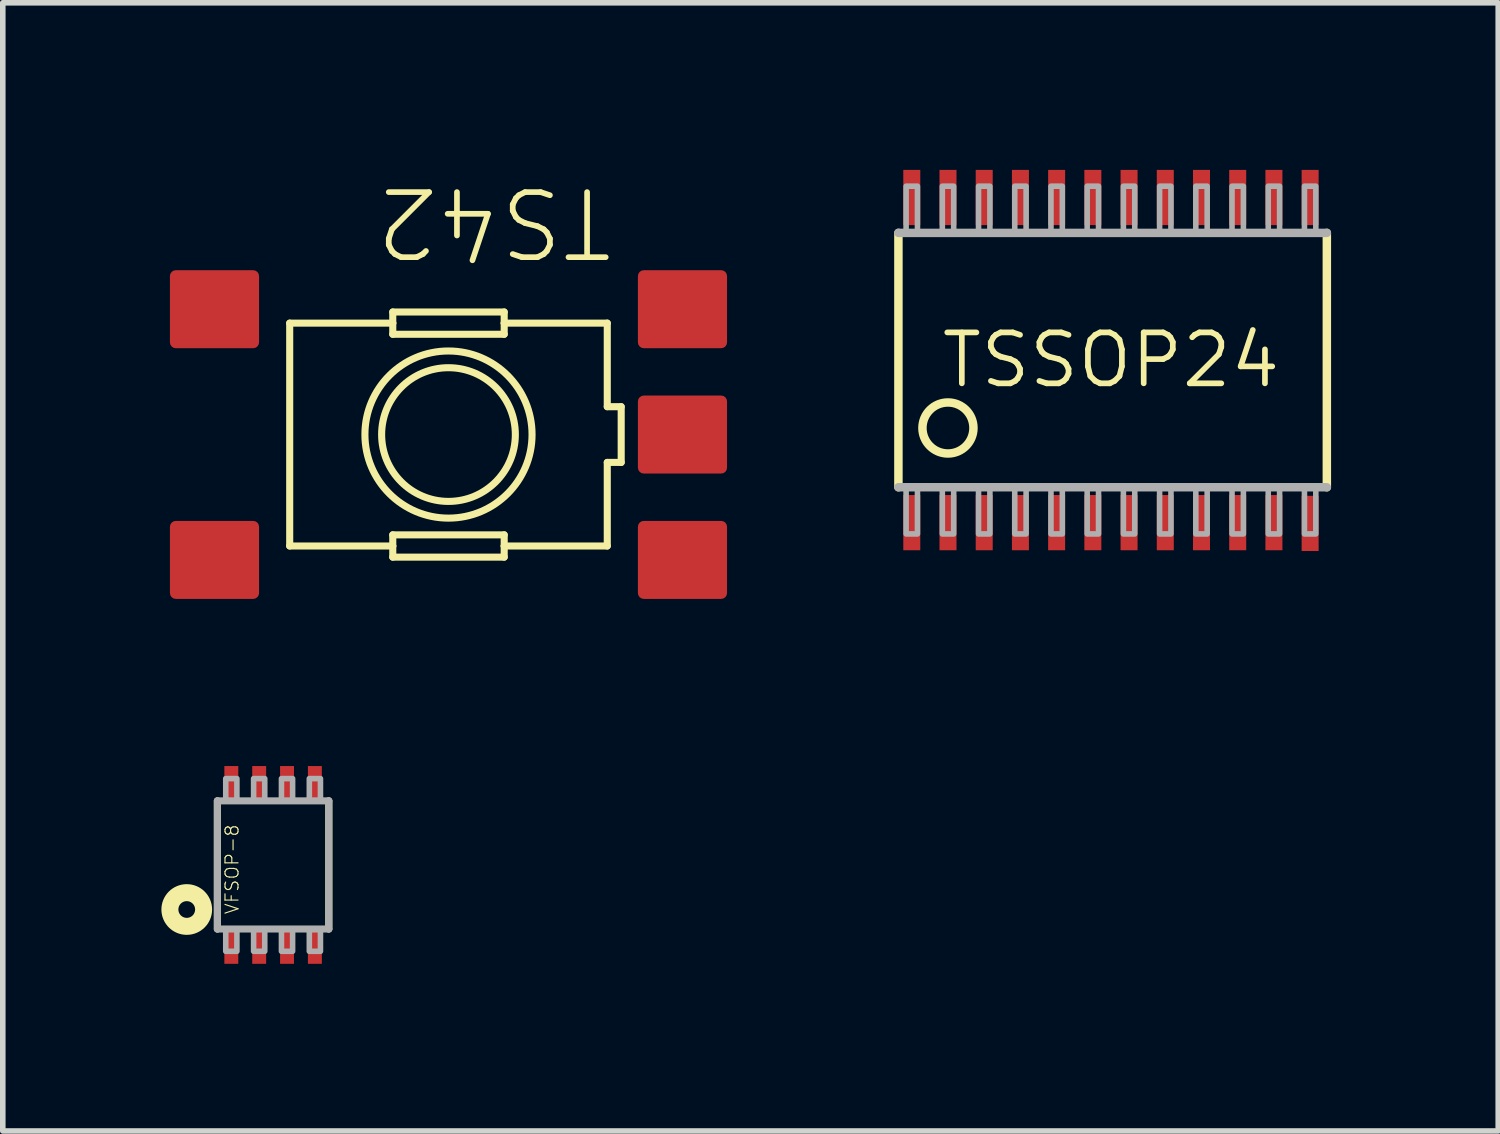
<source format=kicad_pcb>
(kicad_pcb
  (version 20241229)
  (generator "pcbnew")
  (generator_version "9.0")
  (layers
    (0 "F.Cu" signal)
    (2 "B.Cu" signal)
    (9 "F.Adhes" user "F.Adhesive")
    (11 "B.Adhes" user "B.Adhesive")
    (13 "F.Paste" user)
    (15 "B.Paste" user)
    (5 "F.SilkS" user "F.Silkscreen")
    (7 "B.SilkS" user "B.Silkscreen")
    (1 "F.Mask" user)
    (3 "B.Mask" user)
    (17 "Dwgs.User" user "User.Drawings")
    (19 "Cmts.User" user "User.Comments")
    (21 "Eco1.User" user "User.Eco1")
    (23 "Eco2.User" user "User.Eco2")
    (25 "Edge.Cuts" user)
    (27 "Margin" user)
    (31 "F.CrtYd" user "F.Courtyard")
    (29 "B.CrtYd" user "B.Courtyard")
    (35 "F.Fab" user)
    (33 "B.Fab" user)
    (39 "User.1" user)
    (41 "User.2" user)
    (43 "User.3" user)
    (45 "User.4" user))
  (footprint "TSSOP24"
    (layer "F.Cu")
    (at 16.891 3.413)
    (property "Reference" "TSSOP24" (at 0 0 0) (unlocked yes) (layer "F.SilkS") (effects (font (size 0.914 0.914) (thickness 0.102))))
    (fp_line (start -3.815 2.283) (end -3.815 -2.283) (stroke (width 0.152) (type solid)) (layer "F.SilkS"))
    (fp_line (start 3.875 -2.283) (end 3.875 2.283) (stroke (width 0.152) (type solid)) (layer "F.SilkS"))
    (fp_circle (center -2.926 1.219) (end -2.468 1.219) (stroke (width 0.152) (type solid)) (fill no) (layer "F.SilkS"))
    (fp_line (start -3.815 2.283) (end 3.875 2.283) (stroke (width 0.152) (type solid)) (layer "F.Fab"))
    (fp_line (start 3.875 -2.283) (end -3.815 -2.283) (stroke (width 0.152) (type solid)) (layer "F.Fab"))
    (fp_poly (pts (xy -3.677 -2.283) (xy -3.473 -2.283) (xy -3.473 -3.121) (xy -3.677 -3.121)) (stroke (width 0.1) (type default)) (fill no) (layer "F.Fab"))
    (fp_poly (pts (xy -3.677 3.121) (xy -3.473 3.121) (xy -3.473 2.283) (xy -3.677 2.283)) (stroke (width 0.1) (type default)) (fill no) (layer "F.Fab"))
    (fp_poly (pts (xy -3.027 -2.283) (xy -2.823 -2.283) (xy -2.823 -3.121) (xy -3.027 -3.121)) (stroke (width 0.1) (type default)) (fill no) (layer "F.Fab"))
    (fp_poly (pts (xy -3.027 3.121) (xy -2.823 3.121) (xy -2.823 2.283) (xy -3.027 2.283)) (stroke (width 0.1) (type default)) (fill no) (layer "F.Fab"))
    (fp_poly (pts (xy -2.377 -2.283) (xy -2.173 -2.283) (xy -2.173 -3.121) (xy -2.377 -3.121)) (stroke (width 0.1) (type default)) (fill no) (layer "F.Fab"))
    (fp_poly (pts (xy -2.377 3.121) (xy -2.173 3.121) (xy -2.173 2.283) (xy -2.377 2.283)) (stroke (width 0.1) (type default)) (fill no) (layer "F.Fab"))
    (fp_poly (pts (xy -1.727 -2.283) (xy -1.523 -2.283) (xy -1.523 -3.121) (xy -1.727 -3.121)) (stroke (width 0.1) (type default)) (fill no) (layer "F.Fab"))
    (fp_poly (pts (xy -1.727 3.121) (xy -1.523 3.121) (xy -1.523 2.283) (xy -1.727 2.283)) (stroke (width 0.1) (type default)) (fill no) (layer "F.Fab"))
    (fp_poly (pts (xy -1.077 -2.283) (xy -0.873 -2.283) (xy -0.873 -3.121) (xy -1.077 -3.121)) (stroke (width 0.1) (type default)) (fill no) (layer "F.Fab"))
    (fp_poly (pts (xy -1.077 3.121) (xy -0.873 3.121) (xy -0.873 2.283) (xy -1.077 2.283)) (stroke (width 0.1) (type default)) (fill no) (layer "F.Fab"))
    (fp_poly (pts (xy -0.427 -2.283) (xy -0.223 -2.283) (xy -0.223 -3.121) (xy -0.427 -3.121)) (stroke (width 0.1) (type default)) (fill no) (layer "F.Fab"))
    (fp_poly (pts (xy -0.427 3.121) (xy -0.223 3.121) (xy -0.223 2.283) (xy -0.427 2.283)) (stroke (width 0.1) (type default)) (fill no) (layer "F.Fab"))
    (fp_poly (pts (xy 0.223 -2.283) (xy 0.427 -2.283) (xy 0.427 -3.121) (xy 0.223 -3.121)) (stroke (width 0.1) (type default)) (fill no) (layer "F.Fab"))
    (fp_poly (pts (xy 0.223 3.121) (xy 0.427 3.121) (xy 0.427 2.283) (xy 0.223 2.283)) (stroke (width 0.1) (type default)) (fill no) (layer "F.Fab"))
    (fp_poly (pts (xy 0.873 -2.283) (xy 1.077 -2.283) (xy 1.077 -3.121) (xy 0.873 -3.121)) (stroke (width 0.1) (type default)) (fill no) (layer "F.Fab"))
    (fp_poly (pts (xy 0.873 3.121) (xy 1.077 3.121) (xy 1.077 2.283) (xy 0.873 2.283)) (stroke (width 0.1) (type default)) (fill no) (layer "F.Fab"))
    (fp_poly (pts (xy 1.523 -2.283) (xy 1.727 -2.283) (xy 1.727 -3.121) (xy 1.523 -3.121)) (stroke (width 0.1) (type default)) (fill no) (layer "F.Fab"))
    (fp_poly (pts (xy 1.523 3.121) (xy 1.727 3.121) (xy 1.727 2.283) (xy 1.523 2.283)) (stroke (width 0.1) (type default)) (fill no) (layer "F.Fab"))
    (fp_poly (pts (xy 2.173 -2.283) (xy 2.377 -2.283) (xy 2.377 -3.121) (xy 2.173 -3.121)) (stroke (width 0.1) (type default)) (fill no) (layer "F.Fab"))
    (fp_poly (pts (xy 2.173 3.121) (xy 2.377 3.121) (xy 2.377 2.283) (xy 2.173 2.283)) (stroke (width 0.1) (type default)) (fill no) (layer "F.Fab"))
    (fp_poly (pts (xy 2.823 -2.283) (xy 3.027 -2.283) (xy 3.027 -3.121) (xy 2.823 -3.121)) (stroke (width 0.1) (type default)) (fill no) (layer "F.Fab"))
    (fp_poly (pts (xy 2.823 3.121) (xy 3.027 3.121) (xy 3.027 2.283) (xy 2.823 2.283)) (stroke (width 0.1) (type default)) (fill no) (layer "F.Fab"))
    (fp_poly (pts (xy 3.473 -2.283) (xy 3.677 -2.283) (xy 3.677 -3.121) (xy 3.473 -3.121)) (stroke (width 0.1) (type default)) (fill no) (layer "F.Fab"))
    (fp_poly (pts (xy 3.473 3.121) (xy 3.677 3.121) (xy 3.677 2.283) (xy 3.473 2.283)) (stroke (width 0.1) (type default)) (fill no) (layer "F.Fab"))
    (pad "1" smd rect (at -3.575 2.918) (size 0.305 0.991) (layers "F.Cu" "F.Mask" "F.Paste"))
    (pad "2" smd rect (at -2.925 2.918) (size 0.305 0.991) (layers "F.Cu" "F.Mask" "F.Paste"))
    (pad "3" smd rect (at -2.275 2.918) (size 0.305 0.991) (layers "F.Cu" "F.Mask" "F.Paste"))
    (pad "4" smd rect (at -1.625 2.918) (size 0.305 0.991) (layers "F.Cu" "F.Mask" "F.Paste"))
    (pad "5" smd rect (at -0.975 2.918) (size 0.305 0.991) (layers "F.Cu" "F.Mask" "F.Paste"))
    (pad "6" smd rect (at -0.325 2.918) (size 0.305 0.991) (layers "F.Cu" "F.Mask" "F.Paste"))
    (pad "7" smd rect (at 0.325 2.918) (size 0.305 0.991) (layers "F.Cu" "F.Mask" "F.Paste"))
    (pad "8" smd rect (at 0.975 2.918) (size 0.305 0.991) (layers "F.Cu" "F.Mask" "F.Paste"))
    (pad "9" smd rect (at 1.625 2.918) (size 0.305 0.991) (layers "F.Cu" "F.Mask" "F.Paste"))
    (pad "10" smd rect (at 2.275 2.918) (size 0.305 0.991) (layers "F.Cu" "F.Mask" "F.Paste"))
    (pad "11" smd rect (at 2.925 2.918 180) (size 0.305 0.991) (layers "F.Cu" "F.Mask" "F.Paste"))
    (pad "12" smd rect (at 3.575 2.932) (size 0.305 0.991) (layers "F.Cu" "F.Mask" "F.Paste"))
    (pad "13" smd rect (at 3.575 -2.918) (size 0.305 0.991) (layers "F.Cu" "F.Mask" "F.Paste"))
    (pad "14" smd rect (at 2.925 -2.918) (size 0.305 0.991) (layers "F.Cu" "F.Mask" "F.Paste"))
    (pad "15" smd rect (at 2.275 -2.918) (size 0.305 0.991) (layers "F.Cu" "F.Mask" "F.Paste"))
    (pad "16" smd rect (at 1.625 -2.918) (size 0.305 0.991) (layers "F.Cu" "F.Mask" "F.Paste"))
    (pad "17" smd rect (at 0.975 -2.918) (size 0.305 0.991) (layers "F.Cu" "F.Mask" "F.Paste"))
    (pad "18" smd rect (at 0.325 -2.918) (size 0.305 0.991) (layers "F.Cu" "F.Mask" "F.Paste"))
    (pad "19" smd rect (at -0.325 -2.918) (size 0.305 0.991) (layers "F.Cu" "F.Mask" "F.Paste"))
    (pad "20" smd rect (at -0.975 -2.918) (size 0.305 0.991) (layers "F.Cu" "F.Mask" "F.Paste"))
    (pad "21" smd rect (at -1.625 -2.918) (size 0.305 0.991) (layers "F.Cu" "F.Mask" "F.Paste"))
    (pad "22" smd rect (at -2.275 -2.918) (size 0.305 0.991) (layers "F.Cu" "F.Mask" "F.Paste"))
    (pad "23" smd rect (at -2.925 -2.918) (size 0.305 0.991) (layers "F.Cu" "F.Mask" "F.Paste"))
    (pad "24" smd rect (at -3.575 -2.918) (size 0.305 0.991) (layers "F.Cu" "F.Mask" "F.Paste")))
  (footprint "VFSOP-8"
    (layer "F.Cu")
    (at 1.852 12.475)
    (property "Reference" "VFSOP-8" (at -0.6 0.9 90) (unlocked yes) (layer "F.SilkS") (effects (font (size 0.234 0.234) (thickness 0.02)) (justify left bottom)))
    (fp_line (start -1 1.15) (end -1 -1.15) (stroke (width 0.127) (type solid)) (layer "F.SilkS"))
    (fp_line (start 1 1.15) (end 1 -1.15) (stroke (width 0.127) (type solid)) (layer "F.SilkS"))
    (fp_circle (center -1.55 0.8) (end -1.4 0.8) (stroke (width 0.305) (type solid)) (fill no) (layer "F.SilkS"))
    (fp_line (start -1 -1.15) (end 1 -1.15) (stroke (width 0.127) (type solid)) (layer "F.Fab"))
    (fp_line (start -1 1.15) (end -1 -1.15) (stroke (width 0.127) (type solid)) (layer "F.Fab"))
    (fp_line (start 1 -1.15) (end 1 1.15) (stroke (width 0.127) (type solid)) (layer "F.Fab"))
    (fp_line (start 1 1.15) (end -1 1.15) (stroke (width 0.127) (type solid)) (layer "F.Fab"))
    (fp_poly (pts (xy -0.85 -1.15) (xy -0.65 -1.15) (xy -0.65 -1.55) (xy -0.85 -1.55)) (stroke (width 0.1) (type default)) (fill no) (layer "F.Fab"))
    (fp_poly (pts (xy -0.85 1.55) (xy -0.65 1.55) (xy -0.65 1.15) (xy -0.85 1.15)) (stroke (width 0.1) (type default)) (fill no) (layer "F.Fab"))
    (fp_poly (pts (xy -0.35 -1.15) (xy -0.15 -1.15) (xy -0.15 -1.55) (xy -0.35 -1.55)) (stroke (width 0.1) (type default)) (fill no) (layer "F.Fab"))
    (fp_poly (pts (xy -0.35 1.55) (xy -0.15 1.55) (xy -0.15 1.15) (xy -0.35 1.15)) (stroke (width 0.1) (type default)) (fill no) (layer "F.Fab"))
    (fp_poly (pts (xy 0.15 -1.15) (xy 0.35 -1.15) (xy 0.35 -1.55) (xy 0.15 -1.55)) (stroke (width 0.1) (type default)) (fill no) (layer "F.Fab"))
    (fp_poly (pts (xy 0.15 1.55) (xy 0.35 1.55) (xy 0.35 1.15) (xy 0.15 1.15)) (stroke (width 0.1) (type default)) (fill no) (layer "F.Fab"))
    (fp_poly (pts (xy 0.65 -1.15) (xy 0.85 -1.15) (xy 0.85 -1.55) (xy 0.65 -1.55)) (stroke (width 0.1) (type default)) (fill no) (layer "F.Fab"))
    (fp_poly (pts (xy 0.65 1.55) (xy 0.85 1.55) (xy 0.85 1.15) (xy 0.65 1.15)) (stroke (width 0.1) (type default)) (fill no) (layer "F.Fab"))
    (pad "P$1" smd rect (at -0.75 1.45 90) (size 0.65 0.25) (layers "F.Cu" "F.Mask" "F.Paste"))
    (pad "P$2" smd rect (at -0.25 1.45 90) (size 0.65 0.25) (layers "F.Cu" "F.Mask" "F.Paste"))
    (pad "P$3" smd rect (at 0.25 1.45 90) (size 0.65 0.25) (layers "F.Cu" "F.Mask" "F.Paste"))
    (pad "P$4" smd rect (at 0.75 1.45 90) (size 0.65 0.25) (layers "F.Cu" "F.Mask" "F.Paste"))
    (pad "P$5" smd rect (at 0.75 -1.45 270) (size 0.65 0.25) (layers "F.Cu" "F.Mask" "F.Paste"))
    (pad "P$6" smd rect (at 0.25 -1.45 270) (size 0.65 0.25) (layers "F.Cu" "F.Mask" "F.Paste"))
    (pad "P$7" smd rect (at -0.25 -1.45 270) (size 0.65 0.25) (layers "F.Cu" "F.Mask" "F.Paste"))
    (pad "P$8" smd rect (at -0.75 -1.45 270) (size 0.65 0.25) (layers "F.Cu" "F.Mask" "F.Paste")))
  (footprint "TS42"
    (layer "F.Cu")
    (at 5 4.75)
    (property "Reference" "TS42" (at 3 -4.5 180) (unlocked yes) (layer "F.SilkS") (effects (font (size 1.168 1.168) (thickness 0.102)) (justify left bottom)))
    (fp_line (start -2.85 -2) (end -2.85 2) (stroke (width 0.127) (type solid)) (layer "F.SilkS"))
    (fp_line (start -1 -2.2) (end -1 -2) (stroke (width 0.127) (type solid)) (layer "F.SilkS"))
    (fp_line (start -1 -2) (end -2.85 -2) (stroke (width 0.127) (type solid)) (layer "F.SilkS"))
    (fp_line (start -1 -2) (end -1 -1.8) (stroke (width 0.127) (type solid)) (layer "F.SilkS"))
    (fp_line (start -1 -1.8) (end 1 -1.8) (stroke (width 0.127) (type solid)) (layer "F.SilkS"))
    (fp_line (start -1 1.8) (end -1 2) (stroke (width 0.127) (type solid)) (layer "F.SilkS"))
    (fp_line (start -1 2) (end -2.85 2) (stroke (width 0.127) (type solid)) (layer "F.SilkS"))
    (fp_line (start -1 2) (end -1 2.2) (stroke (width 0.127) (type solid)) (layer "F.SilkS"))
    (fp_line (start -1 2.2) (end 1 2.2) (stroke (width 0.127) (type solid)) (layer "F.SilkS"))
    (fp_line (start 1 -2.2) (end -1 -2.2) (stroke (width 0.127) (type solid)) (layer "F.SilkS"))
    (fp_line (start 1 -2) (end 1 -2.2) (stroke (width 0.127) (type solid)) (layer "F.SilkS"))
    (fp_line (start 1 -2) (end 2.85 -2) (stroke (width 0.127) (type solid)) (layer "F.SilkS"))
    (fp_line (start 1 -1.8) (end 1 -2) (stroke (width 0.127) (type solid)) (layer "F.SilkS"))
    (fp_line (start 1 1.8) (end -1 1.8) (stroke (width 0.127) (type solid)) (layer "F.SilkS"))
    (fp_line (start 1 2) (end 1 1.8) (stroke (width 0.127) (type solid)) (layer "F.SilkS"))
    (fp_line (start 1 2.2) (end 1 2) (stroke (width 0.127) (type solid)) (layer "F.SilkS"))
    (fp_line (start 2.85 -0.5) (end 2.85 -2) (stroke (width 0.127) (type solid)) (layer "F.SilkS"))
    (fp_line (start 2.85 0.5) (end 3.1 0.5) (stroke (width 0.127) (type solid)) (layer "F.SilkS"))
    (fp_line (start 2.85 2) (end 1 2) (stroke (width 0.127) (type solid)) (layer "F.SilkS"))
    (fp_line (start 2.85 2) (end 2.85 0.5) (stroke (width 0.127) (type solid)) (layer "F.SilkS"))
    (fp_line (start 3.1 -0.5) (end 2.85 -0.5) (stroke (width 0.127) (type solid)) (layer "F.SilkS"))
    (fp_line (start 3.1 0.5) (end 3.1 -0.5) (stroke (width 0.127) (type solid)) (layer "F.SilkS"))
    (fp_circle (center 0 0) (end 1.2 0) (stroke (width 0.127) (type solid)) (fill no) (layer "F.SilkS"))
    (fp_circle (center 0 0) (end 1.5 0) (stroke (width 0.127) (type solid)) (fill no) (layer "F.SilkS"))
    (fp_poly (pts (xy 4.699 -0.381) (xy 3.81 -0.381) (xy 3.81 0.381) (xy 4.699 0.381)) (stroke (width 0) (type default)) (fill yes) (layer "F.Paste"))
    (pad "1" smd roundrect (at 4.2 2.25 180) (size 1.6 1.4) (layers "F.Cu" "F.Mask" "F.Paste") (roundrect_rratio 0.075))
    (pad "2" smd roundrect (at -4.2 2.25 180) (size 1.6 1.4) (layers "F.Cu" "F.Mask" "F.Paste") (roundrect_rratio 0.075))
    (pad "3" smd roundrect (at 4.2 -2.25 180) (size 1.6 1.4) (layers "F.Cu" "F.Mask" "F.Paste") (roundrect_rratio 0.075))
    (pad "4" smd roundrect (at -4.2 -2.25 180) (size 1.6 1.4) (layers "F.Cu" "F.Mask" "F.Paste") (roundrect_rratio 0.075))
    (pad "5" smd roundrect (at 4.2 0 180) (size 1.6 1.4) (layers "F.Cu" "F.Mask") (roundrect_rratio 0.075)))
  (gr_rect
    (start -3 -3)
    (end 23.842 17.25)
    (stroke (width 0.1) (type default))
    (fill no)
    (layer "Edge.Cuts")))
</source>
